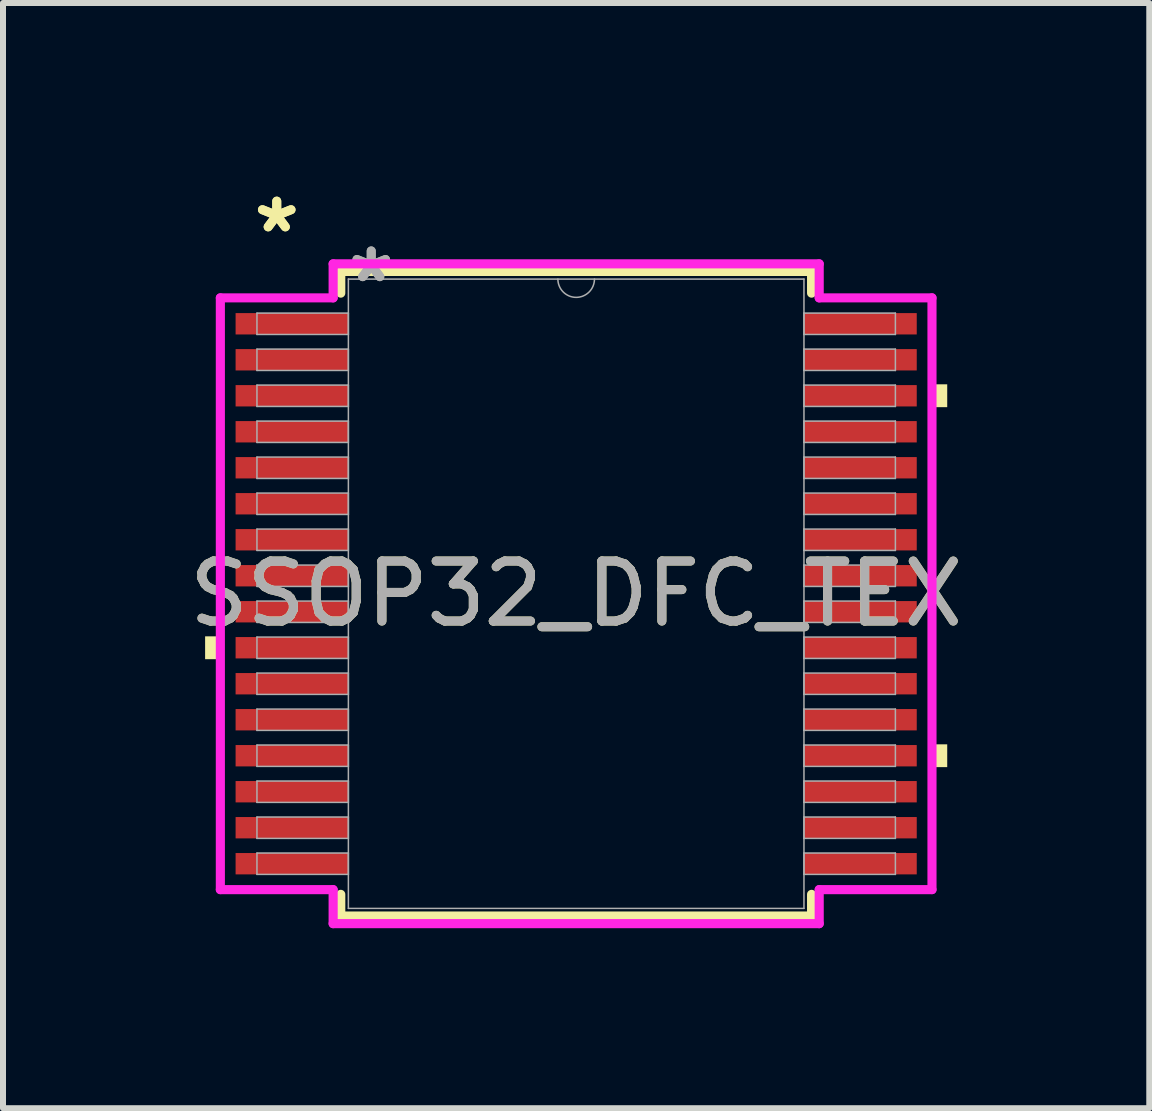
<source format=kicad_pcb>
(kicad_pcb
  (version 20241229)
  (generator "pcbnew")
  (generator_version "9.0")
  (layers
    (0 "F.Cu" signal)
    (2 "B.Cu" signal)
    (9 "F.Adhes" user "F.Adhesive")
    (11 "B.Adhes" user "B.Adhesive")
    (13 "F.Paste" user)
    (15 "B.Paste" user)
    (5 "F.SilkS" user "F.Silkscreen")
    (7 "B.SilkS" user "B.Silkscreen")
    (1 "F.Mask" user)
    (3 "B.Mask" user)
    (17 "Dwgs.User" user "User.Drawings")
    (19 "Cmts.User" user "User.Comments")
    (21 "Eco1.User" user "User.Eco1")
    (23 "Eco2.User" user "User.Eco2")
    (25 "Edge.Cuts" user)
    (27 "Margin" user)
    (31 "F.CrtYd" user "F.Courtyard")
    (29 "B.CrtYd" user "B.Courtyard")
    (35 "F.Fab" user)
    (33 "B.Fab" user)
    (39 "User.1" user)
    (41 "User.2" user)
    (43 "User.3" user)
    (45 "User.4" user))
  (footprint "SSOP32_DFC_TEX"
    (layer "F.Cu")
    (at 6.554 6.847)
    (property "Reference" "SSOP32_DFC_TEX" (at 0 0 0) (unlocked yes) (layer "F.SilkS") (effects (font (size 1 1) (thickness 0.15))))
    (attr smd)
    (fp_line (start -3.924 -5.372) (end -3.924 -5.011) (stroke (width 0.152) (type solid)) (layer "F.SilkS"))
    (fp_line (start -3.924 5.011) (end -3.924 5.372) (stroke (width 0.152) (type solid)) (layer "F.SilkS"))
    (fp_line (start -3.924 5.372) (end 3.924 5.372) (stroke (width 0.152) (type solid)) (layer "F.SilkS"))
    (fp_line (start 3.924 -5.372) (end -3.924 -5.372) (stroke (width 0.152) (type solid)) (layer "F.SilkS"))
    (fp_line (start 3.924 -5.011) (end 3.924 -5.372) (stroke (width 0.152) (type solid)) (layer "F.SilkS"))
    (fp_line (start 3.924 5.372) (end 3.924 5.011) (stroke (width 0.152) (type solid)) (layer "F.SilkS"))
    (fp_poly (pts (xy -6.185 0.71) (xy -6.185 1.091) (xy -5.931 1.091) (xy -5.931 0.71)) (stroke (width 0) (type solid)) (fill yes) (layer "F.SilkS"))
    (fp_poly (pts (xy 6.185 -3.491) (xy 6.185 -3.11) (xy 5.931 -3.11) (xy 5.931 -3.491)) (stroke (width 0) (type solid)) (fill yes) (layer "F.SilkS"))
    (fp_poly (pts (xy 6.185 2.51) (xy 6.185 2.89) (xy 5.931 2.89) (xy 5.931 2.51)) (stroke (width 0) (type solid)) (fill yes) (layer "F.SilkS"))
    (fp_line (start -5.931 -4.932) (end -4.051 -4.932) (stroke (width 0.152) (type solid)) (layer "F.CrtYd"))
    (fp_line (start -5.931 4.932) (end -5.931 -4.932) (stroke (width 0.152) (type solid)) (layer "F.CrtYd"))
    (fp_line (start -5.931 4.932) (end -4.051 4.932) (stroke (width 0.152) (type solid)) (layer "F.CrtYd"))
    (fp_line (start -4.051 -5.499) (end 4.051 -5.499) (stroke (width 0.152) (type solid)) (layer "F.CrtYd"))
    (fp_line (start -4.051 -4.932) (end -4.051 -5.499) (stroke (width 0.152) (type solid)) (layer "F.CrtYd"))
    (fp_line (start -4.051 5.499) (end -4.051 4.932) (stroke (width 0.152) (type solid)) (layer "F.CrtYd"))
    (fp_line (start 4.051 -5.499) (end 4.051 -4.932) (stroke (width 0.152) (type solid)) (layer "F.CrtYd"))
    (fp_line (start 4.051 4.932) (end 4.051 5.499) (stroke (width 0.152) (type solid)) (layer "F.CrtYd"))
    (fp_line (start 4.051 5.499) (end -4.051 5.499) (stroke (width 0.152) (type solid)) (layer "F.CrtYd"))
    (fp_line (start 5.931 -4.932) (end 4.051 -4.932) (stroke (width 0.152) (type solid)) (layer "F.CrtYd"))
    (fp_line (start 5.931 -4.932) (end 5.931 4.932) (stroke (width 0.152) (type solid)) (layer "F.CrtYd"))
    (fp_line (start 5.931 4.932) (end 4.051 4.932) (stroke (width 0.152) (type solid)) (layer "F.CrtYd"))
    (fp_line (start -5.321 -4.678) (end -5.321 -4.322) (stroke (width 0.025) (type solid)) (layer "F.Fab"))
    (fp_line (start -5.321 -4.322) (end -3.797 -4.322) (stroke (width 0.025) (type solid)) (layer "F.Fab"))
    (fp_line (start -5.321 -4.078) (end -5.321 -3.722) (stroke (width 0.025) (type solid)) (layer "F.Fab"))
    (fp_line (start -5.321 -3.722) (end -3.797 -3.722) (stroke (width 0.025) (type solid)) (layer "F.Fab"))
    (fp_line (start -5.321 -3.478) (end -5.321 -3.122) (stroke (width 0.025) (type solid)) (layer "F.Fab"))
    (fp_line (start -5.321 -3.122) (end -3.797 -3.122) (stroke (width 0.025) (type solid)) (layer "F.Fab"))
    (fp_line (start -5.321 -2.878) (end -5.321 -2.522) (stroke (width 0.025) (type solid)) (layer "F.Fab"))
    (fp_line (start -5.321 -2.522) (end -3.797 -2.522) (stroke (width 0.025) (type solid)) (layer "F.Fab"))
    (fp_line (start -5.321 -2.278) (end -5.321 -1.922) (stroke (width 0.025) (type solid)) (layer "F.Fab"))
    (fp_line (start -5.321 -1.922) (end -3.797 -1.922) (stroke (width 0.025) (type solid)) (layer "F.Fab"))
    (fp_line (start -5.321 -1.678) (end -5.321 -1.322) (stroke (width 0.025) (type solid)) (layer "F.Fab"))
    (fp_line (start -5.321 -1.322) (end -3.797 -1.322) (stroke (width 0.025) (type solid)) (layer "F.Fab"))
    (fp_line (start -5.321 -1.078) (end -5.321 -0.722) (stroke (width 0.025) (type solid)) (layer "F.Fab"))
    (fp_line (start -5.321 -0.722) (end -3.797 -0.722) (stroke (width 0.025) (type solid)) (layer "F.Fab"))
    (fp_line (start -5.321 -0.478) (end -5.321 -0.122) (stroke (width 0.025) (type solid)) (layer "F.Fab"))
    (fp_line (start -5.321 -0.122) (end -3.797 -0.122) (stroke (width 0.025) (type solid)) (layer "F.Fab"))
    (fp_line (start -5.321 0.122) (end -5.321 0.478) (stroke (width 0.025) (type solid)) (layer "F.Fab"))
    (fp_line (start -5.321 0.478) (end -3.797 0.478) (stroke (width 0.025) (type solid)) (layer "F.Fab"))
    (fp_line (start -5.321 0.722) (end -5.321 1.078) (stroke (width 0.025) (type solid)) (layer "F.Fab"))
    (fp_line (start -5.321 1.078) (end -3.797 1.078) (stroke (width 0.025) (type solid)) (layer "F.Fab"))
    (fp_line (start -5.321 1.322) (end -5.321 1.678) (stroke (width 0.025) (type solid)) (layer "F.Fab"))
    (fp_line (start -5.321 1.678) (end -3.797 1.678) (stroke (width 0.025) (type solid)) (layer "F.Fab"))
    (fp_line (start -5.321 1.922) (end -5.321 2.278) (stroke (width 0.025) (type solid)) (layer "F.Fab"))
    (fp_line (start -5.321 2.278) (end -3.797 2.278) (stroke (width 0.025) (type solid)) (layer "F.Fab"))
    (fp_line (start -5.321 2.522) (end -5.321 2.878) (stroke (width 0.025) (type solid)) (layer "F.Fab"))
    (fp_line (start -5.321 2.878) (end -3.797 2.878) (stroke (width 0.025) (type solid)) (layer "F.Fab"))
    (fp_line (start -5.321 3.122) (end -5.321 3.478) (stroke (width 0.025) (type solid)) (layer "F.Fab"))
    (fp_line (start -5.321 3.478) (end -3.797 3.478) (stroke (width 0.025) (type solid)) (layer "F.Fab"))
    (fp_line (start -5.321 3.722) (end -5.321 4.078) (stroke (width 0.025) (type solid)) (layer "F.Fab"))
    (fp_line (start -5.321 4.078) (end -3.797 4.078) (stroke (width 0.025) (type solid)) (layer "F.Fab"))
    (fp_line (start -5.321 4.322) (end -5.321 4.678) (stroke (width 0.025) (type solid)) (layer "F.Fab"))
    (fp_line (start -5.321 4.678) (end -3.797 4.678) (stroke (width 0.025) (type solid)) (layer "F.Fab"))
    (fp_line (start -3.797 -5.245) (end -3.797 5.245) (stroke (width 0.025) (type solid)) (layer "F.Fab"))
    (fp_line (start -3.797 -4.678) (end -5.321 -4.678) (stroke (width 0.025) (type solid)) (layer "F.Fab"))
    (fp_line (start -3.797 -4.322) (end -3.797 -4.678) (stroke (width 0.025) (type solid)) (layer "F.Fab"))
    (fp_line (start -3.797 -4.078) (end -5.321 -4.078) (stroke (width 0.025) (type solid)) (layer "F.Fab"))
    (fp_line (start -3.797 -3.722) (end -3.797 -4.078) (stroke (width 0.025) (type solid)) (layer "F.Fab"))
    (fp_line (start -3.797 -3.478) (end -5.321 -3.478) (stroke (width 0.025) (type solid)) (layer "F.Fab"))
    (fp_line (start -3.797 -3.122) (end -3.797 -3.478) (stroke (width 0.025) (type solid)) (layer "F.Fab"))
    (fp_line (start -3.797 -2.878) (end -5.321 -2.878) (stroke (width 0.025) (type solid)) (layer "F.Fab"))
    (fp_line (start -3.797 -2.522) (end -3.797 -2.878) (stroke (width 0.025) (type solid)) (layer "F.Fab"))
    (fp_line (start -3.797 -2.278) (end -5.321 -2.278) (stroke (width 0.025) (type solid)) (layer "F.Fab"))
    (fp_line (start -3.797 -1.922) (end -3.797 -2.278) (stroke (width 0.025) (type solid)) (layer "F.Fab"))
    (fp_line (start -3.797 -1.678) (end -5.321 -1.678) (stroke (width 0.025) (type solid)) (layer "F.Fab"))
    (fp_line (start -3.797 -1.322) (end -3.797 -1.678) (stroke (width 0.025) (type solid)) (layer "F.Fab"))
    (fp_line (start -3.797 -1.078) (end -5.321 -1.078) (stroke (width 0.025) (type solid)) (layer "F.Fab"))
    (fp_line (start -3.797 -0.722) (end -3.797 -1.078) (stroke (width 0.025) (type solid)) (layer "F.Fab"))
    (fp_line (start -3.797 -0.478) (end -5.321 -0.478) (stroke (width 0.025) (type solid)) (layer "F.Fab"))
    (fp_line (start -3.797 -0.122) (end -3.797 -0.478) (stroke (width 0.025) (type solid)) (layer "F.Fab"))
    (fp_line (start -3.797 0.122) (end -5.321 0.122) (stroke (width 0.025) (type solid)) (layer "F.Fab"))
    (fp_line (start -3.797 0.478) (end -3.797 0.122) (stroke (width 0.025) (type solid)) (layer "F.Fab"))
    (fp_line (start -3.797 0.722) (end -5.321 0.722) (stroke (width 0.025) (type solid)) (layer "F.Fab"))
    (fp_line (start -3.797 1.078) (end -3.797 0.722) (stroke (width 0.025) (type solid)) (layer "F.Fab"))
    (fp_line (start -3.797 1.322) (end -5.321 1.322) (stroke (width 0.025) (type solid)) (layer "F.Fab"))
    (fp_line (start -3.797 1.678) (end -3.797 1.322) (stroke (width 0.025) (type solid)) (layer "F.Fab"))
    (fp_line (start -3.797 1.922) (end -5.321 1.922) (stroke (width 0.025) (type solid)) (layer "F.Fab"))
    (fp_line (start -3.797 2.278) (end -3.797 1.922) (stroke (width 0.025) (type solid)) (layer "F.Fab"))
    (fp_line (start -3.797 2.522) (end -5.321 2.522) (stroke (width 0.025) (type solid)) (layer "F.Fab"))
    (fp_line (start -3.797 2.878) (end -3.797 2.522) (stroke (width 0.025) (type solid)) (layer "F.Fab"))
    (fp_line (start -3.797 3.122) (end -5.321 3.122) (stroke (width 0.025) (type solid)) (layer "F.Fab"))
    (fp_line (start -3.797 3.478) (end -3.797 3.122) (stroke (width 0.025) (type solid)) (layer "F.Fab"))
    (fp_line (start -3.797 3.722) (end -5.321 3.722) (stroke (width 0.025) (type solid)) (layer "F.Fab"))
    (fp_line (start -3.797 4.078) (end -3.797 3.722) (stroke (width 0.025) (type solid)) (layer "F.Fab"))
    (fp_line (start -3.797 4.322) (end -5.321 4.322) (stroke (width 0.025) (type solid)) (layer "F.Fab"))
    (fp_line (start -3.797 4.678) (end -3.797 4.322) (stroke (width 0.025) (type solid)) (layer "F.Fab"))
    (fp_line (start -3.797 5.245) (end 3.797 5.245) (stroke (width 0.025) (type solid)) (layer "F.Fab"))
    (fp_line (start 3.797 -5.245) (end -3.797 -5.245) (stroke (width 0.025) (type solid)) (layer "F.Fab"))
    (fp_line (start 3.797 -4.678) (end 3.797 -4.322) (stroke (width 0.025) (type solid)) (layer "F.Fab"))
    (fp_line (start 3.797 -4.322) (end 5.321 -4.322) (stroke (width 0.025) (type solid)) (layer "F.Fab"))
    (fp_line (start 3.797 -4.078) (end 3.797 -3.722) (stroke (width 0.025) (type solid)) (layer "F.Fab"))
    (fp_line (start 3.797 -3.722) (end 5.321 -3.722) (stroke (width 0.025) (type solid)) (layer "F.Fab"))
    (fp_line (start 3.797 -3.478) (end 3.797 -3.122) (stroke (width 0.025) (type solid)) (layer "F.Fab"))
    (fp_line (start 3.797 -3.122) (end 5.321 -3.122) (stroke (width 0.025) (type solid)) (layer "F.Fab"))
    (fp_line (start 3.797 -2.878) (end 3.797 -2.522) (stroke (width 0.025) (type solid)) (layer "F.Fab"))
    (fp_line (start 3.797 -2.522) (end 5.321 -2.522) (stroke (width 0.025) (type solid)) (layer "F.Fab"))
    (fp_line (start 3.797 -2.278) (end 3.797 -1.922) (stroke (width 0.025) (type solid)) (layer "F.Fab"))
    (fp_line (start 3.797 -1.922) (end 5.321 -1.922) (stroke (width 0.025) (type solid)) (layer "F.Fab"))
    (fp_line (start 3.797 -1.678) (end 3.797 -1.322) (stroke (width 0.025) (type solid)) (layer "F.Fab"))
    (fp_line (start 3.797 -1.322) (end 5.321 -1.322) (stroke (width 0.025) (type solid)) (layer "F.Fab"))
    (fp_line (start 3.797 -1.078) (end 3.797 -0.722) (stroke (width 0.025) (type solid)) (layer "F.Fab"))
    (fp_line (start 3.797 -0.722) (end 5.321 -0.722) (stroke (width 0.025) (type solid)) (layer "F.Fab"))
    (fp_line (start 3.797 -0.478) (end 3.797 -0.122) (stroke (width 0.025) (type solid)) (layer "F.Fab"))
    (fp_line (start 3.797 -0.122) (end 5.321 -0.122) (stroke (width 0.025) (type solid)) (layer "F.Fab"))
    (fp_line (start 3.797 0.122) (end 3.797 0.478) (stroke (width 0.025) (type solid)) (layer "F.Fab"))
    (fp_line (start 3.797 0.478) (end 5.321 0.478) (stroke (width 0.025) (type solid)) (layer "F.Fab"))
    (fp_line (start 3.797 0.722) (end 3.797 1.078) (stroke (width 0.025) (type solid)) (layer "F.Fab"))
    (fp_line (start 3.797 1.078) (end 5.321 1.078) (stroke (width 0.025) (type solid)) (layer "F.Fab"))
    (fp_line (start 3.797 1.322) (end 3.797 1.678) (stroke (width 0.025) (type solid)) (layer "F.Fab"))
    (fp_line (start 3.797 1.678) (end 5.321 1.678) (stroke (width 0.025) (type solid)) (layer "F.Fab"))
    (fp_line (start 3.797 1.922) (end 3.797 2.278) (stroke (width 0.025) (type solid)) (layer "F.Fab"))
    (fp_line (start 3.797 2.278) (end 5.321 2.278) (stroke (width 0.025) (type solid)) (layer "F.Fab"))
    (fp_line (start 3.797 2.522) (end 3.797 2.878) (stroke (width 0.025) (type solid)) (layer "F.Fab"))
    (fp_line (start 3.797 2.878) (end 5.321 2.878) (stroke (width 0.025) (type solid)) (layer "F.Fab"))
    (fp_line (start 3.797 3.122) (end 3.797 3.478) (stroke (width 0.025) (type solid)) (layer "F.Fab"))
    (fp_line (start 3.797 3.478) (end 5.321 3.478) (stroke (width 0.025) (type solid)) (layer "F.Fab"))
    (fp_line (start 3.797 3.722) (end 3.797 4.078) (stroke (width 0.025) (type solid)) (layer "F.Fab"))
    (fp_line (start 3.797 4.078) (end 5.321 4.078) (stroke (width 0.025) (type solid)) (layer "F.Fab"))
    (fp_line (start 3.797 4.322) (end 3.797 4.678) (stroke (width 0.025) (type solid)) (layer "F.Fab"))
    (fp_line (start 3.797 4.678) (end 5.321 4.678) (stroke (width 0.025) (type solid)) (layer "F.Fab"))
    (fp_line (start 3.797 5.245) (end 3.797 -5.245) (stroke (width 0.025) (type solid)) (layer "F.Fab"))
    (fp_line (start 5.321 -4.678) (end 3.797 -4.678) (stroke (width 0.025) (type solid)) (layer "F.Fab"))
    (fp_line (start 5.321 -4.322) (end 5.321 -4.678) (stroke (width 0.025) (type solid)) (layer "F.Fab"))
    (fp_line (start 5.321 -4.078) (end 3.797 -4.078) (stroke (width 0.025) (type solid)) (layer "F.Fab"))
    (fp_line (start 5.321 -3.722) (end 5.321 -4.078) (stroke (width 0.025) (type solid)) (layer "F.Fab"))
    (fp_line (start 5.321 -3.478) (end 3.797 -3.478) (stroke (width 0.025) (type solid)) (layer "F.Fab"))
    (fp_line (start 5.321 -3.122) (end 5.321 -3.478) (stroke (width 0.025) (type solid)) (layer "F.Fab"))
    (fp_line (start 5.321 -2.878) (end 3.797 -2.878) (stroke (width 0.025) (type solid)) (layer "F.Fab"))
    (fp_line (start 5.321 -2.522) (end 5.321 -2.878) (stroke (width 0.025) (type solid)) (layer "F.Fab"))
    (fp_line (start 5.321 -2.278) (end 3.797 -2.278) (stroke (width 0.025) (type solid)) (layer "F.Fab"))
    (fp_line (start 5.321 -1.922) (end 5.321 -2.278) (stroke (width 0.025) (type solid)) (layer "F.Fab"))
    (fp_line (start 5.321 -1.678) (end 3.797 -1.678) (stroke (width 0.025) (type solid)) (layer "F.Fab"))
    (fp_line (start 5.321 -1.322) (end 5.321 -1.678) (stroke (width 0.025) (type solid)) (layer "F.Fab"))
    (fp_line (start 5.321 -1.078) (end 3.797 -1.078) (stroke (width 0.025) (type solid)) (layer "F.Fab"))
    (fp_line (start 5.321 -0.722) (end 5.321 -1.078) (stroke (width 0.025) (type solid)) (layer "F.Fab"))
    (fp_line (start 5.321 -0.478) (end 3.797 -0.478) (stroke (width 0.025) (type solid)) (layer "F.Fab"))
    (fp_line (start 5.321 -0.122) (end 5.321 -0.478) (stroke (width 0.025) (type solid)) (layer "F.Fab"))
    (fp_line (start 5.321 0.122) (end 3.797 0.122) (stroke (width 0.025) (type solid)) (layer "F.Fab"))
    (fp_line (start 5.321 0.478) (end 5.321 0.122) (stroke (width 0.025) (type solid)) (layer "F.Fab"))
    (fp_line (start 5.321 0.722) (end 3.797 0.722) (stroke (width 0.025) (type solid)) (layer "F.Fab"))
    (fp_line (start 5.321 1.078) (end 5.321 0.722) (stroke (width 0.025) (type solid)) (layer "F.Fab"))
    (fp_line (start 5.321 1.322) (end 3.797 1.322) (stroke (width 0.025) (type solid)) (layer "F.Fab"))
    (fp_line (start 5.321 1.678) (end 5.321 1.322) (stroke (width 0.025) (type solid)) (layer "F.Fab"))
    (fp_line (start 5.321 1.922) (end 3.797 1.922) (stroke (width 0.025) (type solid)) (layer "F.Fab"))
    (fp_line (start 5.321 2.278) (end 5.321 1.922) (stroke (width 0.025) (type solid)) (layer "F.Fab"))
    (fp_line (start 5.321 2.522) (end 3.797 2.522) (stroke (width 0.025) (type solid)) (layer "F.Fab"))
    (fp_line (start 5.321 2.878) (end 5.321 2.522) (stroke (width 0.025) (type solid)) (layer "F.Fab"))
    (fp_line (start 5.321 3.122) (end 3.797 3.122) (stroke (width 0.025) (type solid)) (layer "F.Fab"))
    (fp_line (start 5.321 3.478) (end 5.321 3.122) (stroke (width 0.025) (type solid)) (layer "F.Fab"))
    (fp_line (start 5.321 3.722) (end 3.797 3.722) (stroke (width 0.025) (type solid)) (layer "F.Fab"))
    (fp_line (start 5.321 4.078) (end 5.321 3.722) (stroke (width 0.025) (type solid)) (layer "F.Fab"))
    (fp_line (start 5.321 4.322) (end 3.797 4.322) (stroke (width 0.025) (type solid)) (layer "F.Fab"))
    (fp_line (start 5.321 4.678) (end 5.321 4.322) (stroke (width 0.025) (type solid)) (layer "F.Fab"))
    (fp_arc (start 0.3048 -5.2451) (mid 0 -4.9403) (end -0.3048 -5.2451) (stroke (width 0.0254) (type solid)) (layer "F.Fab"))
    (fp_text user "*" (at -4.991 -5.999 0) (layer "F.SilkS") (effects (font (size 1 1) (thickness 0.15))))
    (fp_text user "*" (at -4.991 -5.999 0) (unlocked yes) (layer "F.SilkS") (effects (font (size 1 1) (thickness 0.15))))
    (fp_text user "*" (at -3.416 -5.169 0) (layer "F.Fab") (effects (font (size 1 1) (thickness 0.15))))
    (fp_text user "${REFERENCE}" (at 0 0 0) (unlocked yes) (layer "F.Fab") (effects (font (size 1 1) (thickness 0.15))))
    (fp_text user "*" (at -3.416 -5.169 0) (unlocked yes) (layer "F.Fab") (effects (font (size 1 1) (thickness 0.15))))
    (pad "1" smd rect (at -4.737 -4.5) (size 1.88 0.356) (layers "F.Cu" "F.Mask" "F.Paste"))
    (pad "2" smd rect (at -4.737 -3.9) (size 1.88 0.356) (layers "F.Cu" "F.Mask" "F.Paste"))
    (pad "3" smd rect (at -4.737 -3.3) (size 1.88 0.356) (layers "F.Cu" "F.Mask" "F.Paste"))
    (pad "4" smd rect (at -4.737 -2.7) (size 1.88 0.356) (layers "F.Cu" "F.Mask" "F.Paste"))
    (pad "5" smd rect (at -4.737 -2.1) (size 1.88 0.356) (layers "F.Cu" "F.Mask" "F.Paste"))
    (pad "6" smd rect (at -4.737 -1.5) (size 1.88 0.356) (layers "F.Cu" "F.Mask" "F.Paste"))
    (pad "7" smd rect (at -4.737 -0.9) (size 1.88 0.356) (layers "F.Cu" "F.Mask" "F.Paste"))
    (pad "8" smd rect (at -4.737 -0.3) (size 1.88 0.356) (layers "F.Cu" "F.Mask" "F.Paste"))
    (pad "9" smd rect (at -4.737 0.3) (size 1.88 0.356) (layers "F.Cu" "F.Mask" "F.Paste"))
    (pad "10" smd rect (at -4.737 0.9) (size 1.88 0.356) (layers "F.Cu" "F.Mask" "F.Paste"))
    (pad "11" smd rect (at -4.737 1.5) (size 1.88 0.356) (layers "F.Cu" "F.Mask" "F.Paste"))
    (pad "12" smd rect (at -4.737 2.1) (size 1.88 0.356) (layers "F.Cu" "F.Mask" "F.Paste"))
    (pad "13" smd rect (at -4.737 2.7) (size 1.88 0.356) (layers "F.Cu" "F.Mask" "F.Paste"))
    (pad "14" smd rect (at -4.737 3.3) (size 1.88 0.356) (layers "F.Cu" "F.Mask" "F.Paste"))
    (pad "15" smd rect (at -4.737 3.9) (size 1.88 0.356) (layers "F.Cu" "F.Mask" "F.Paste"))
    (pad "16" smd rect (at -4.737 4.5) (size 1.88 0.356) (layers "F.Cu" "F.Mask" "F.Paste"))
    (pad "17" smd rect (at 4.737 4.5) (size 1.88 0.356) (layers "F.Cu" "F.Mask" "F.Paste"))
    (pad "18" smd rect (at 4.737 3.9) (size 1.88 0.356) (layers "F.Cu" "F.Mask" "F.Paste"))
    (pad "19" smd rect (at 4.737 3.3) (size 1.88 0.356) (layers "F.Cu" "F.Mask" "F.Paste"))
    (pad "20" smd rect (at 4.737 2.7) (size 1.88 0.356) (layers "F.Cu" "F.Mask" "F.Paste"))
    (pad "21" smd rect (at 4.737 2.1) (size 1.88 0.356) (layers "F.Cu" "F.Mask" "F.Paste"))
    (pad "22" smd rect (at 4.737 1.5) (size 1.88 0.356) (layers "F.Cu" "F.Mask" "F.Paste"))
    (pad "23" smd rect (at 4.737 0.9) (size 1.88 0.356) (layers "F.Cu" "F.Mask" "F.Paste"))
    (pad "24" smd rect (at 4.737 0.3) (size 1.88 0.356) (layers "F.Cu" "F.Mask" "F.Paste"))
    (pad "25" smd rect (at 4.737 -0.3) (size 1.88 0.356) (layers "F.Cu" "F.Mask" "F.Paste"))
    (pad "26" smd rect (at 4.737 -0.9) (size 1.88 0.356) (layers "F.Cu" "F.Mask" "F.Paste"))
    (pad "27" smd rect (at 4.737 -1.5) (size 1.88 0.356) (layers "F.Cu" "F.Mask" "F.Paste"))
    (pad "28" smd rect (at 4.737 -2.1) (size 1.88 0.356) (layers "F.Cu" "F.Mask" "F.Paste"))
    (pad "29" smd rect (at 4.737 -2.7) (size 1.88 0.356) (layers "F.Cu" "F.Mask" "F.Paste"))
    (pad "30" smd rect (at 4.737 -3.3) (size 1.88 0.356) (layers "F.Cu" "F.Mask" "F.Paste"))
    (pad "31" smd rect (at 4.737 -3.9) (size 1.88 0.356) (layers "F.Cu" "F.Mask" "F.Paste"))
    (pad "32" smd rect (at 4.737 -4.5) (size 1.88 0.356) (layers "F.Cu" "F.Mask" "F.Paste")))
  (gr_rect
    (start -3 -3)
    (end 16.107 15.422)
    (stroke (width 0.1) (type default))
    (fill no)
    (layer "Edge.Cuts")))
</source>
